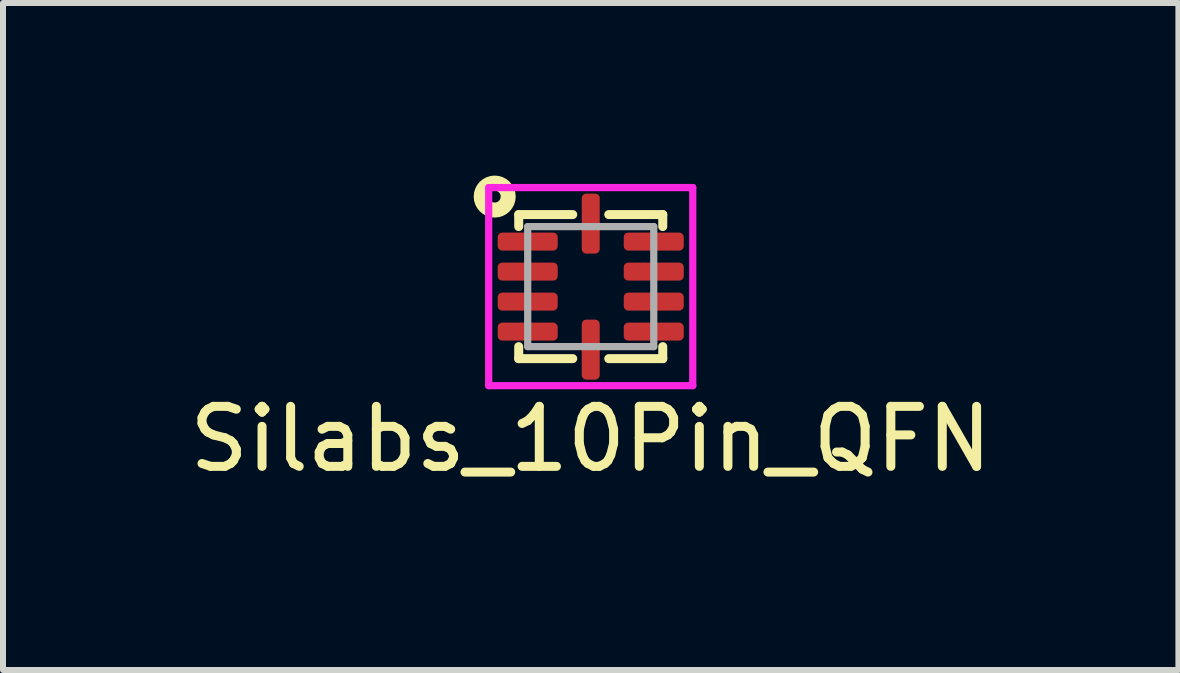
<source format=kicad_pcb>
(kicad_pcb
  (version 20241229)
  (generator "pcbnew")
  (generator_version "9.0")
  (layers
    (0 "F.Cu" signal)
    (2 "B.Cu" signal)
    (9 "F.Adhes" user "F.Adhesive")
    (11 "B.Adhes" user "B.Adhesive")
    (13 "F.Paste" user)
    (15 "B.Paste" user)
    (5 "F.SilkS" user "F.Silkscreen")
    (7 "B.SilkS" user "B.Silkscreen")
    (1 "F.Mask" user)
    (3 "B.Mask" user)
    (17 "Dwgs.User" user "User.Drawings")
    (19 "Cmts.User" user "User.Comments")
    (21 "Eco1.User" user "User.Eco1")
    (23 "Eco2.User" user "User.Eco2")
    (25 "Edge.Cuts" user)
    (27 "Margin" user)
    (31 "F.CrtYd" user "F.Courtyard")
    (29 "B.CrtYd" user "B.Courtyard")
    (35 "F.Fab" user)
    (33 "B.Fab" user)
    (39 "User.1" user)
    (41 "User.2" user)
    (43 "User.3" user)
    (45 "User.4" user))
  (footprint "Silabs_10Pin_QFN"
    (layer "F.Cu")
    (at 6.792 1.725)
    (property "Reference" "Silabs_10Pin_QFN" (at 0 2.54 0) (layer "F.SilkS") (effects (font (size 1 1) (thickness 0.15))))
    (attr through_hole)
    (fp_line (start -1.2 -1.2) (end -1.2 -1) (stroke (width 0.15) (type solid)) (layer "F.SilkS"))
    (fp_line (start -1.2 1.2) (end -1.2 1) (stroke (width 0.15) (type solid)) (layer "F.SilkS"))
    (fp_line (start -0.3 -1.2) (end -1.2 -1.2) (stroke (width 0.15) (type solid)) (layer "F.SilkS"))
    (fp_line (start -0.3 1.2) (end -1.2 1.2) (stroke (width 0.15) (type solid)) (layer "F.SilkS"))
    (fp_line (start 0.3 -1.2) (end 1.2 -1.2) (stroke (width 0.15) (type solid)) (layer "F.SilkS"))
    (fp_line (start 1.2 -1.2) (end 1.2 -1) (stroke (width 0.15) (type solid)) (layer "F.SilkS"))
    (fp_line (start 1.2 1) (end 1.2 1.2) (stroke (width 0.15) (type solid)) (layer "F.SilkS"))
    (fp_line (start 1.2 1.2) (end 0.3 1.2) (stroke (width 0.15) (type solid)) (layer "F.SilkS"))
    (fp_circle (center -1.6 -1.5) (end -1.5 -1.5) (stroke (width 0.25) (type solid)) (fill no) (layer "F.SilkS"))
    (fp_line (start -1.7 -1.65) (end 1.7 -1.65) (stroke (width 0.12) (type solid)) (layer "F.CrtYd"))
    (fp_line (start -1.7 1.65) (end -1.7 -1.65) (stroke (width 0.12) (type solid)) (layer "F.CrtYd"))
    (fp_line (start 1.7 -1.65) (end 1.7 1.65) (stroke (width 0.12) (type solid)) (layer "F.CrtYd"))
    (fp_line (start 1.7 1.65) (end -1.7 1.65) (stroke (width 0.12) (type solid)) (layer "F.CrtYd"))
    (fp_line (start -1.05 -1) (end -1.05 1) (stroke (width 0.12) (type solid)) (layer "F.Fab"))
    (fp_line (start -1.05 1) (end 1.05 1) (stroke (width 0.12) (type solid)) (layer "F.Fab"))
    (fp_line (start 1.05 -1) (end -1.05 -1) (stroke (width 0.12) (type solid)) (layer "F.Fab"))
    (fp_line (start 1.05 1) (end 1.05 -1) (stroke (width 0.12) (type solid)) (layer "F.Fab"))
    (pad "1" smd roundrect (at -0.95 -0.75) (size 1 0.3) (drill (offset -0.1 0)) (layers "F.Cu" "F.Mask" "F.Paste") (roundrect_rratio 0.25))
    (pad "2" smd roundrect (at -0.95 -0.25) (size 1 0.3) (drill (offset -0.1 0)) (layers "F.Cu" "F.Mask" "F.Paste") (roundrect_rratio 0.25))
    (pad "3" smd roundrect (at -0.95 0.25) (size 1 0.3) (drill (offset -0.1 0)) (layers "F.Cu" "F.Mask" "F.Paste") (roundrect_rratio 0.25))
    (pad "4" smd roundrect (at -0.95 0.75) (size 1 0.3) (drill (offset -0.1 0)) (layers "F.Cu" "F.Mask" "F.Paste") (roundrect_rratio 0.25))
    (pad "5" smd roundrect (at 0 0.95) (size 0.3 1) (drill (offset 0 0.1)) (layers "F.Cu" "F.Mask" "F.Paste") (roundrect_rratio 0.25))
    (pad "6" smd roundrect (at 0.95 0.75) (size 1 0.3) (drill (offset 0.1 0)) (layers "F.Cu" "F.Mask" "F.Paste") (roundrect_rratio 0.25))
    (pad "7" smd roundrect (at 0.95 0.25) (size 1 0.3) (drill (offset 0.1 0)) (layers "F.Cu" "F.Mask" "F.Paste") (roundrect_rratio 0.25))
    (pad "8" smd roundrect (at 0.95 -0.25) (size 1 0.3) (drill (offset 0.1 0)) (layers "F.Cu" "F.Mask" "F.Paste") (roundrect_rratio 0.25))
    (pad "9" smd roundrect (at 0.95 -0.75) (size 1 0.3) (drill (offset 0.1 0)) (layers "F.Cu" "F.Mask" "F.Paste") (roundrect_rratio 0.25))
    (pad "10" smd roundrect (at 0 -0.95) (size 0.3 1) (drill (offset 0 -0.1)) (layers "F.Cu" "F.Mask" "F.Paste") (roundrect_rratio 0.25)))
  (gr_rect
    (start -3 -3)
    (end 16.583 8.113)
    (stroke (width 0.1) (type default))
    (fill no)
    (layer "Edge.Cuts")))
</source>
